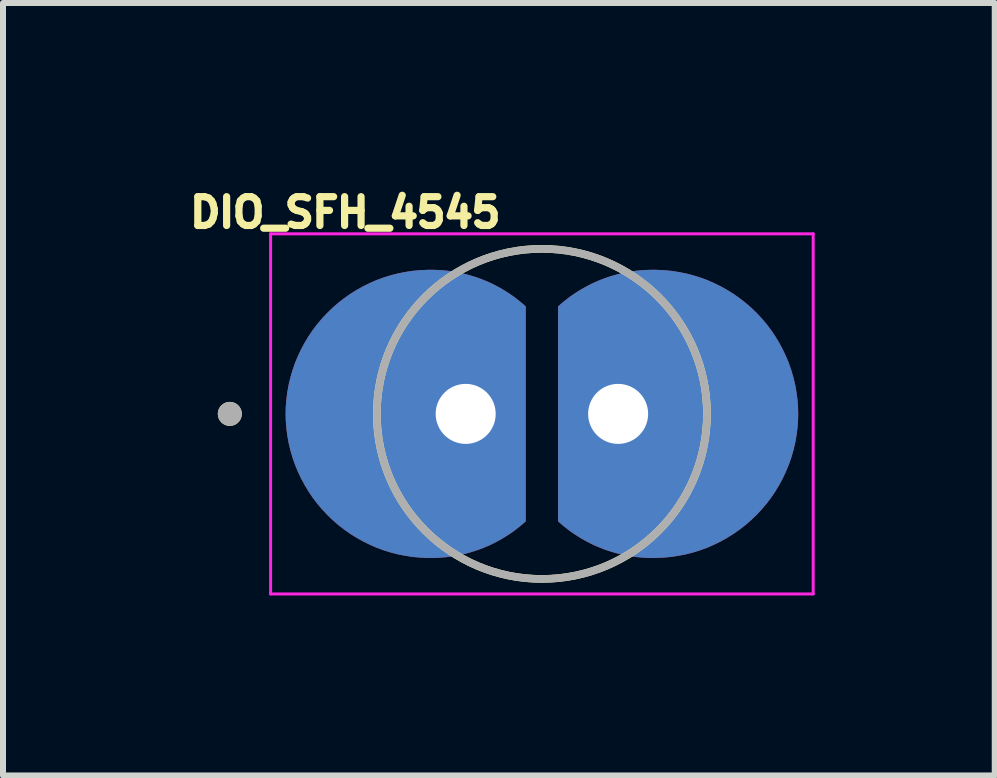
<source format=kicad_pcb>
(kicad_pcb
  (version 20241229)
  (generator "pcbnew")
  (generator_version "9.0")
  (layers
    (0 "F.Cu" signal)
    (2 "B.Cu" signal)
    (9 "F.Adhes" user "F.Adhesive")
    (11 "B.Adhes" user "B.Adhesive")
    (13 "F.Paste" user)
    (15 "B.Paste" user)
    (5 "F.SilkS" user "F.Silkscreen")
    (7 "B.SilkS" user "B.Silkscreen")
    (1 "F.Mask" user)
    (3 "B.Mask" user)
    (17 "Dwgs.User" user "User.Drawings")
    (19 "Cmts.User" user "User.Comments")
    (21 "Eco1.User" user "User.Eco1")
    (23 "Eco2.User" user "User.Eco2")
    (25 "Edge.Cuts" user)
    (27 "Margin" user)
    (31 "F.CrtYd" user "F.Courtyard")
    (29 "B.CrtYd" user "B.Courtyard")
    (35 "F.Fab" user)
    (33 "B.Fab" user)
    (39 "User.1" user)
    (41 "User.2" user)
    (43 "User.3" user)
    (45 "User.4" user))
  (footprint "DIO_SFH_4545"
    (layer "F.Cu")
    (at 5.979 3.846)
    (property "Reference" "DIO_SFH_4545" (at -3.276 -3.355 0) (layer "F.SilkS") (effects (font (size 0.48 0.48) (thickness 0.15))))
    (attr through_hole)
    (fp_circle (center -1.27 0) (end -0.77 0) (stroke (width 1) (type solid)) (fill no) (layer "F.Mask"))
    (fp_circle (center 1.27 0) (end 1.77 0) (stroke (width 1) (type solid)) (fill no) (layer "F.Mask"))
    (fp_circle (center -1.27 0) (end -0.77 0) (stroke (width 1) (type solid)) (fill no) (layer "B.Mask"))
    (fp_circle (center 1.27 0) (end 1.77 0) (stroke (width 1) (type solid)) (fill no) (layer "B.Mask"))
    (fp_circle (center -5.2 0) (end -5.1 0) (stroke (width 0.2) (type solid)) (fill no) (layer "F.SilkS"))
    (fp_circle (center 0 0) (end 2.75 0) (stroke (width 0.127) (type solid)) (fill no) (layer "F.SilkS"))
    (fp_line (start -4.52 -3) (end 4.52 -3) (stroke (width 0.05) (type solid)) (layer "F.CrtYd"))
    (fp_line (start -4.52 3) (end -4.52 -3) (stroke (width 0.05) (type solid)) (layer "F.CrtYd"))
    (fp_line (start 4.52 -3) (end 4.52 3) (stroke (width 0.05) (type solid)) (layer "F.CrtYd"))
    (fp_line (start 4.52 3) (end -4.52 3) (stroke (width 0.05) (type solid)) (layer "F.CrtYd"))
    (fp_circle (center -5.2 0) (end -5.1 0) (stroke (width 0.2) (type solid)) (fill no) (layer "F.Fab"))
    (fp_circle (center 0 0) (end 2.75 0) (stroke (width 0.127) (type solid)) (fill no) (layer "F.Fab"))
    (pad "A" thru_hole custom (at 1.27 0) (size 2 2) (drill 1) (layers "*.Cu") (options (anchor circle)) (primitives (gr_poly (pts (xy -1 -0.06) (xy -1 -1.79) (xy -0.945 -1.839) (xy -0.9 -1.876) (xy -0.854 -1.912) (xy -0.808 -1.948) (xy -0.76 -1.982) (xy -0.712 -2.014) (xy -0.662 -2.046) (xy -0.613 -2.076) (xy -0.562 -2.105) (xy -0.51 -2.133) (xy -0.458 -2.16) (xy -0.406 -2.185) (xy -0.352 -2.209) (xy -0.298 -2.231) (xy -0.244 -2.252) (xy -0.189 -2.272) (xy -0.133 -2.29) (xy -0.077 -2.307) (xy -0.021 -2.323) (xy 0.036 -2.337) (xy 0.093 -2.35) (xy 0.15 -2.361) (xy 0.208 -2.371) (xy 0.265 -2.38) (xy 0.323 -2.387) (xy 0.382 -2.392) (xy 0.44 -2.396) (xy 0.498 -2.399) (xy 0.557 -2.4) (xy 0.6 -2.4) (xy 0.625 -2.4) (xy 0.758 -2.394) (xy 0.882 -2.383) (xy 1.005 -2.364) (xy 1.128 -2.34) (xy 1.249 -2.309) (xy 1.368 -2.272) (xy 1.485 -2.229) (xy 1.599 -2.179) (xy 1.711 -2.124) (xy 1.82 -2.063) (xy 1.925 -1.997) (xy 2.027 -1.925) (xy 2.126 -1.848) (xy 2.22 -1.766) (xy 2.309 -1.68) (xy 2.394 -1.589) (xy 2.475 -1.493) (xy 2.55 -1.394) (xy 2.62 -1.29) (xy 2.684 -1.184) (xy 2.743 -1.074) (xy 2.796 -0.961) (xy 2.844 -0.846) (xy 2.885 -0.728) (xy 2.92 -0.608) (xy 2.949 -0.487) (xy 2.971 -0.364) (xy 2.987 -0.241) (xy 2.997 -0.116) (xy 3 0) (xy 2.997 0.116) (xy 2.987 0.241) (xy 2.971 0.364) (xy 2.949 0.487) (xy 2.92 0.608) (xy 2.885 0.728) (xy 2.844 0.846) (xy 2.796 0.961) (xy 2.743 1.074) (xy 2.684 1.184) (xy 2.62 1.29) (xy 2.55 1.394) (xy 2.475 1.493) (xy 2.394 1.589) (xy 2.309 1.68) (xy 2.22 1.766) (xy 2.126 1.848) (xy 2.027 1.925) (xy 1.925 1.997) (xy 1.82 2.063) (xy 1.711 2.124) (xy 1.599 2.179) (xy 1.485 2.229) (xy 1.368 2.272) (xy 1.249 2.309) (xy 1.128 2.34) (xy 1.005 2.364) (xy 0.882 2.383) (xy 0.758 2.394) (xy 0.625 2.4) (xy 0.525 2.4) (xy 0.6 2.4) (xy 0.557 2.4) (xy 0.498 2.399) (xy 0.44 2.396) (xy 0.382 2.392) (xy 0.323 2.387) (xy 0.265 2.38) (xy 0.208 2.371) (xy 0.15 2.361) (xy 0.093 2.35) (xy 0.036 2.337) (xy -0.021 2.323) (xy -0.077 2.307) (xy -0.133 2.29) (xy -0.189 2.272) (xy -0.244 2.252) (xy -0.298 2.231) (xy -0.352 2.209) (xy -0.406 2.185) (xy -0.458 2.16) (xy -0.51 2.133) (xy -0.562 2.105) (xy -0.613 2.076) (xy -0.662 2.046) (xy -0.712 2.014) (xy -0.76 1.982) (xy -0.808 1.948) (xy -0.854 1.912) (xy -0.9 1.876) (xy -0.945 1.839) (xy -1 1.79) (xy -1 -0.06)) (width 0.001) (fill yes))))
    (pad "C" thru_hole custom (at -1.27 0) (size 2 2) (drill 1) (layers "*.Cu") (options (anchor circle)) (primitives (gr_poly (pts (xy 1 -0.06) (xy 1 -1.79) (xy 0.945 -1.839) (xy 0.9 -1.876) (xy 0.854 -1.912) (xy 0.808 -1.948) (xy 0.76 -1.982) (xy 0.712 -2.014) (xy 0.662 -2.046) (xy 0.613 -2.076) (xy 0.562 -2.105) (xy 0.51 -2.133) (xy 0.458 -2.16) (xy 0.406 -2.185) (xy 0.352 -2.209) (xy 0.298 -2.231) (xy 0.244 -2.252) (xy 0.189 -2.272) (xy 0.133 -2.29) (xy 0.077 -2.307) (xy 0.021 -2.323) (xy -0.036 -2.337) (xy -0.093 -2.35) (xy -0.15 -2.361) (xy -0.208 -2.371) (xy -0.265 -2.38) (xy -0.323 -2.387) (xy -0.382 -2.392) (xy -0.44 -2.396) (xy -0.498 -2.399) (xy -0.557 -2.4) (xy -0.6 -2.4) (xy -0.625 -2.4) (xy -0.758 -2.394) (xy -0.882 -2.383) (xy -1.005 -2.364) (xy -1.128 -2.34) (xy -1.249 -2.309) (xy -1.368 -2.272) (xy -1.485 -2.229) (xy -1.599 -2.179) (xy -1.711 -2.124) (xy -1.82 -2.063) (xy -1.925 -1.997) (xy -2.027 -1.925) (xy -2.126 -1.848) (xy -2.22 -1.766) (xy -2.309 -1.68) (xy -2.394 -1.589) (xy -2.475 -1.493) (xy -2.55 -1.394) (xy -2.62 -1.29) (xy -2.684 -1.184) (xy -2.743 -1.074) (xy -2.796 -0.961) (xy -2.844 -0.846) (xy -2.885 -0.728) (xy -2.92 -0.608) (xy -2.949 -0.487) (xy -2.971 -0.364) (xy -2.987 -0.241) (xy -2.997 -0.116) (xy -3 0) (xy -2.997 0.116) (xy -2.987 0.241) (xy -2.971 0.364) (xy -2.949 0.487) (xy -2.92 0.608) (xy -2.885 0.728) (xy -2.844 0.846) (xy -2.796 0.961) (xy -2.743 1.074) (xy -2.684 1.184) (xy -2.62 1.29) (xy -2.55 1.394) (xy -2.475 1.493) (xy -2.394 1.589) (xy -2.309 1.68) (xy -2.22 1.766) (xy -2.126 1.848) (xy -2.027 1.925) (xy -1.925 1.997) (xy -1.82 2.063) (xy -1.711 2.124) (xy -1.599 2.179) (xy -1.485 2.229) (xy -1.368 2.272) (xy -1.249 2.309) (xy -1.128 2.34) (xy -1.005 2.364) (xy -0.882 2.383) (xy -0.758 2.394) (xy -0.625 2.4) (xy -0.525 2.4) (xy -0.6 2.4) (xy -0.557 2.4) (xy -0.498 2.399) (xy -0.44 2.396) (xy -0.382 2.392) (xy -0.323 2.387) (xy -0.265 2.38) (xy -0.208 2.371) (xy -0.15 2.361) (xy -0.093 2.35) (xy -0.036 2.337) (xy 0.021 2.323) (xy 0.077 2.307) (xy 0.133 2.29) (xy 0.189 2.272) (xy 0.244 2.252) (xy 0.298 2.231) (xy 0.352 2.209) (xy 0.406 2.185) (xy 0.458 2.16) (xy 0.51 2.133) (xy 0.562 2.105) (xy 0.613 2.076) (xy 0.662 2.046) (xy 0.712 2.014) (xy 0.76 1.982) (xy 0.808 1.948) (xy 0.854 1.912) (xy 0.9 1.876) (xy 0.945 1.839) (xy 1 1.79) (xy 1 -0.06)) (width 0.001) (fill yes)))))
  (gr_rect
    (start -3 -3)
    (end 13.524 9.871)
    (stroke (width 0.1) (type default))
    (fill no)
    (layer "Edge.Cuts")))
</source>
